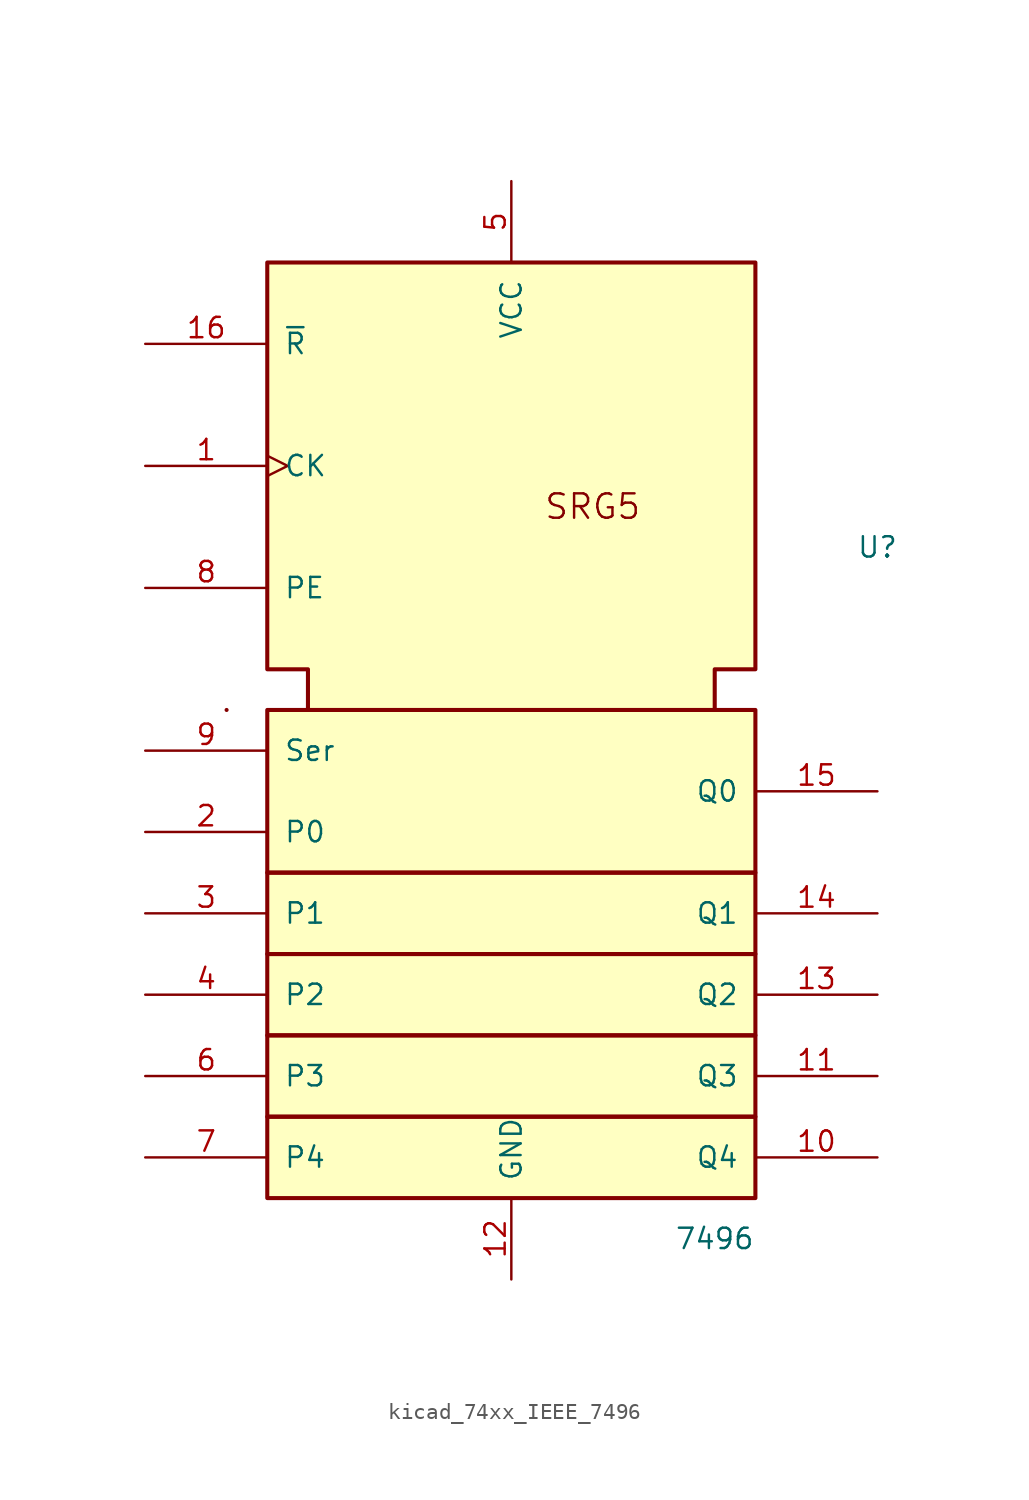
<source format=kicad_sym>
(kicad_symbol_lib
  (version 20220914)
  (generator kicad_symbol_editor)
  (symbol "kicad_74xx_IEEE_7496"
    (pin_names
      (offset 1.016))
    (property "Reference" "U"
      (at 22.86 10.16 0)
      (effects (font (size 1.27 1.27))))
    (property "Value" "7496"
      (at 12.7 -33.02 0)
      (effects (font (size 1.27 1.27))))
    (symbol "kicad_74xx_IEEE_7496_0_0"
      (polyline (pts (xy -17.78 0) (xy -17.78 0)) (stroke (width 0.254) (type default)) (fill (type background)))
      (text "SRG5" (at 5.08 12.7 0) (effects (font (size 1.524 1.524))))
      (pin power_in line (at 0 -35.56 90) (length 5.08) (name "GND" (effects (font (size 1.27 1.27)))) (number "12" (effects (font (size 1.27 1.27)))))
      (pin power_in line (at 0 33.02 270) (length 5.08) (name "VCC" (effects (font (size 1.27 1.27)))) (number "5" (effects (font (size 1.27 1.27))))))
    (symbol "kicad_74xx_IEEE_7496_0_1"
      (rectangle (start -15.24 -25.4) (end 15.24 -30.48) (stroke (width 0.254) (type default)) (fill (type background)))
      (rectangle (start -15.24 -20.32) (end 15.24 -25.4) (stroke (width 0.254) (type default)) (fill (type background)))
      (rectangle (start -15.24 -15.24) (end 15.24 -20.32) (stroke (width 0.254) (type default)) (fill (type background)))
      (rectangle (start -15.24 -10.16) (end 15.24 -15.24) (stroke (width 0.254) (type default)) (fill (type background)))
      (rectangle (start -15.24 0) (end 15.24 -10.16) (stroke (width 0.254) (type default)) (fill (type background)))
      (polyline (pts (xy -12.7 0) (xy -12.7 2.54) (xy -15.24 2.54) (xy -15.24 27.94) (xy 15.24 27.94) (xy 15.24 2.54) (xy 12.7 2.54) (xy 12.7 0) (xy 12.7 0)) (stroke (width 0.254) (type default)) (fill (type background))))
    (symbol "kicad_74xx_IEEE_7496_1_1"
      (pin input clock (at -22.86 15.24 0) (length 7.62) (name "CK" (effects (font (size 1.27 1.27)))) (number "1" (effects (font (size 1.27 1.27)))))
      (pin output line (at 22.86 -27.94 180) (length 7.62) (name "Q4" (effects (font (size 1.27 1.27)))) (number "10" (effects (font (size 1.27 1.27)))))
      (pin output line (at 22.86 -22.86 180) (length 7.62) (name "Q3" (effects (font (size 1.27 1.27)))) (number "11" (effects (font (size 1.27 1.27)))))
      (pin output line (at 22.86 -17.78 180) (length 7.62) (name "Q2" (effects (font (size 1.27 1.27)))) (number "13" (effects (font (size 1.27 1.27)))))
      (pin output line (at 22.86 -12.7 180) (length 7.62) (name "Q1" (effects (font (size 1.27 1.27)))) (number "14" (effects (font (size 1.27 1.27)))))
      (pin output line (at 22.86 -5.08 180) (length 7.62) (name "Q0" (effects (font (size 1.27 1.27)))) (number "15" (effects (font (size 1.27 1.27)))))
      (pin input line (at -22.86 22.86 0) (length 7.62) (name "~{R}" (effects (font (size 1.27 1.27)))) (number "16" (effects (font (size 1.27 1.27)))))
      (pin input line (at -22.86 -7.62 0) (length 7.62) (name "P0" (effects (font (size 1.27 1.27)))) (number "2" (effects (font (size 1.27 1.27)))))
      (pin input line (at -22.86 -12.7 0) (length 7.62) (name "P1" (effects (font (size 1.27 1.27)))) (number "3" (effects (font (size 1.27 1.27)))))
      (pin input line (at -22.86 -17.78 0) (length 7.62) (name "P2" (effects (font (size 1.27 1.27)))) (number "4" (effects (font (size 1.27 1.27)))))
      (pin input line (at -22.86 -22.86 0) (length 7.62) (name "P3" (effects (font (size 1.27 1.27)))) (number "6" (effects (font (size 1.27 1.27)))))
      (pin input line (at -22.86 -27.94 0) (length 7.62) (name "P4" (effects (font (size 1.27 1.27)))) (number "7" (effects (font (size 1.27 1.27)))))
      (pin input line (at -22.86 7.62 0) (length 7.62) (name "PE" (effects (font (size 1.27 1.27)))) (number "8" (effects (font (size 1.27 1.27)))))
      (pin input line (at -22.86 -2.54 0) (length 7.62) (name "Ser" (effects (font (size 1.27 1.27)))) (number "9" (effects (font (size 1.27 1.27))))))))
</source>
